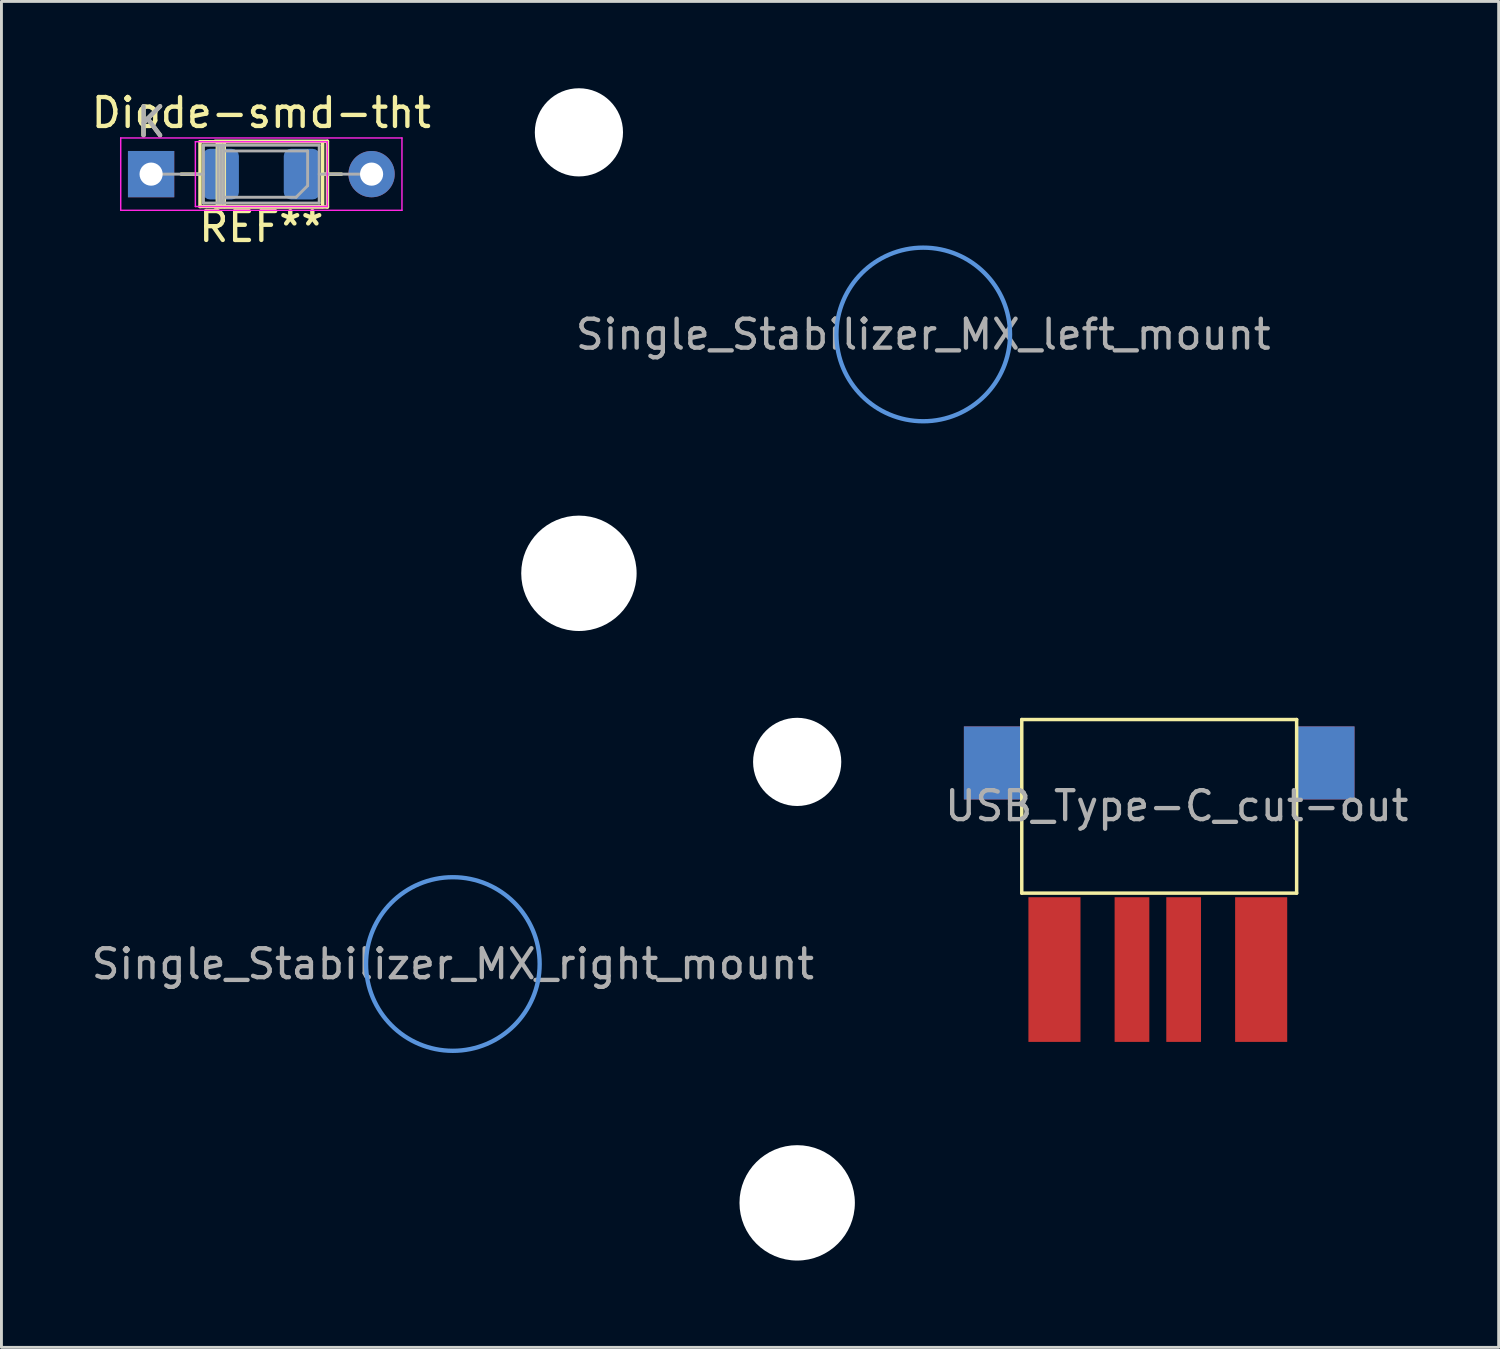
<source format=kicad_pcb>
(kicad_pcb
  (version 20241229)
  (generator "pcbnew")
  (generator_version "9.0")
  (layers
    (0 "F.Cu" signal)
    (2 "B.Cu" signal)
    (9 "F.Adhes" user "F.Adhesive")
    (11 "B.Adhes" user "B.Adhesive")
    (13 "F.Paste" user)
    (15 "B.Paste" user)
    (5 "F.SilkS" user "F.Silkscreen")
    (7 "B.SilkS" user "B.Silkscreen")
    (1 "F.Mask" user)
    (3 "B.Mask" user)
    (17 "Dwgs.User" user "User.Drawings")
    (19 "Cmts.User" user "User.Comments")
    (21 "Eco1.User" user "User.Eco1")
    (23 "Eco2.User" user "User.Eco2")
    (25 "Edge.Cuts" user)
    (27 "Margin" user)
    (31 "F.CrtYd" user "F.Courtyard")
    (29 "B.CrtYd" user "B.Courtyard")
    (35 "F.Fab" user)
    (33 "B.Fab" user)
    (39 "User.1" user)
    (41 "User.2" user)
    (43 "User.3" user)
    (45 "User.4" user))
  (footprint "Single_Stabilizer_MX_right_mount"
    (layer "F.Cu")
    (at 12.601 30.267)
    (property "Reference" "Single_Stabilizer_MX_right_mount" (at 0 0 0) (layer "F.Fab") (effects (font (size 1 1) (thickness 0.15))))
    (attr through_hole)
    (fp_circle (center 0 0) (end 3 0) (stroke (width 0.15) (type solid)) (fill no) (layer "Cmts.User"))
    (pad "" np_thru_hole circle (at 11.9 -6.985) (size 3.048 3.048) (drill 3.048) (layers "*.Cu" "*.Mask"))
    (pad "" np_thru_hole circle (at 11.9 8.255) (size 3.988 3.988) (drill 3.988) (layers "*.Cu" "*.Mask")))
  (footprint "USB_Type-C_cut-out"
    (layer "F.Cu")
    (at 36.965 24.804)
    (property "Reference" "USB_Type-C_cut-out" (at 0.655 0 0) (layer "F.Fab") (effects (font (size 1 1) (thickness 0.15))))
    (attr through_hole)
    (fp_line (start -4.702 -2.986) (end 4.798 -2.986) (stroke (width 0.12) (type solid)) (layer "F.SilkS"))
    (fp_line (start -4.702 3.014) (end -4.702 -2.986) (stroke (width 0.12) (type solid)) (layer "F.SilkS"))
    (fp_line (start 4.798 -2.986) (end 4.798 3.014) (stroke (width 0.12) (type solid)) (layer "F.SilkS"))
    (fp_line (start 4.798 3.014) (end -4.702 3.014) (stroke (width 0.12) (type solid)) (layer "F.SilkS"))
    (pad "" smd rect (at -5.702 -1.486) (size 2 2.524) (layers "F.Cu" "F.Mask" "F.Paste"))
    (pad "" smd rect (at -5.702 -1.486) (size 2 2.524) (layers "B.Cu" "B.Mask" "B.Paste"))
    (pad "" smd rect (at 5.798 -1.486) (size 2 2.524) (layers "F.Cu" "F.Mask" "F.Paste"))
    (pad "" smd rect (at 5.798 -1.486) (size 2 2.524) (layers "B.Cu" "B.Mask" "B.Paste"))
    (pad "1" smd rect (at -3.572 5.655) (size 1.8 5) (layers "F.Cu" "F.Mask" "F.Paste"))
    (pad "2" smd rect (at -0.893 5.655) (size 1.2 5) (layers "F.Cu" "F.Mask" "F.Paste"))
    (pad "3" smd rect (at 0.893 5.655) (size 1.2 5) (layers "F.Cu" "F.Mask" "F.Paste"))
    (pad "4" smd rect (at 3.572 5.655) (size 1.8 5) (layers "F.Cu" "F.Mask" "F.Paste")))
  (footprint "Single_Stabilizer_MX_left_mount"
    (layer "F.Cu")
    (at 28.858 8.509)
    (property "Reference" "Single_Stabilizer_MX_left_mount" (at 0 0 0) (layer "F.Fab") (effects (font (size 1 1) (thickness 0.15))))
    (attr through_hole)
    (fp_circle (center 0 0) (end 3 0) (stroke (width 0.15) (type solid)) (fill no) (layer "Cmts.User"))
    (pad "" np_thru_hole circle (at -11.9 -6.985) (size 3.048 3.048) (drill 3.048) (layers "*.Cu" "*.Mask"))
    (pad "" np_thru_hole circle (at -11.9 8.255) (size 3.988 3.988) (drill 3.988) (layers "*.Cu" "*.Mask")))
  (footprint "Diode-smd-tht"
    (layer "F.Cu")
    (at 2.172 2.968)
    (property "Reference" "Diode-smd-tht" (at 3.81 -2.12 0) (layer "F.SilkS") (effects (font (size 1 1) (thickness 0.15))))
    (attr through_hole)
    (fp_line (start 1.04 0) (end 1.69 0) (stroke (width 0.12) (type solid)) (layer "F.SilkS"))
    (fp_line (start 1.69 -1.12) (end 1.69 1.12) (stroke (width 0.12) (type solid)) (layer "F.SilkS"))
    (fp_line (start 1.69 1.12) (end 5.93 1.12) (stroke (width 0.12) (type solid)) (layer "F.SilkS"))
    (fp_line (start 2.21 1.135) (end 6.095 1.135) (stroke (width 0.12) (type solid)) (layer "F.SilkS"))
    (fp_line (start 2.29 -1.12) (end 2.29 1.12) (stroke (width 0.12) (type solid)) (layer "F.SilkS"))
    (fp_line (start 2.41 -1.12) (end 2.41 1.12) (stroke (width 0.12) (type solid)) (layer "F.SilkS"))
    (fp_line (start 2.53 -1.12) (end 2.53 1.12) (stroke (width 0.12) (type solid)) (layer "F.SilkS"))
    (fp_line (start 5.93 -1.12) (end 1.69 -1.12) (stroke (width 0.12) (type solid)) (layer "F.SilkS"))
    (fp_line (start 5.93 1.12) (end 5.93 -1.12) (stroke (width 0.12) (type solid)) (layer "F.SilkS"))
    (fp_line (start 6.095 -1.135) (end 2.21 -1.135) (stroke (width 0.12) (type solid)) (layer "F.SilkS"))
    (fp_line (start 6.095 1.135) (end 6.095 -1.135) (stroke (width 0.12) (type solid)) (layer "F.SilkS"))
    (fp_line (start 6.58 0) (end 5.93 0) (stroke (width 0.12) (type solid)) (layer "F.SilkS"))
    (fp_line (start -1.05 -1.25) (end -1.05 1.25) (stroke (width 0.05) (type solid)) (layer "F.CrtYd"))
    (fp_line (start -1.05 1.25) (end 8.67 1.25) (stroke (width 0.05) (type solid)) (layer "F.CrtYd"))
    (fp_line (start 1.53 -1.12) (end 6.09 -1.12) (stroke (width 0.05) (type solid)) (layer "F.CrtYd"))
    (fp_line (start 1.53 1.12) (end 1.53 -1.12) (stroke (width 0.05) (type solid)) (layer "F.CrtYd"))
    (fp_line (start 6.09 -1.12) (end 6.09 1.12) (stroke (width 0.05) (type solid)) (layer "F.CrtYd"))
    (fp_line (start 6.09 1.12) (end 1.53 1.12) (stroke (width 0.05) (type solid)) (layer "F.CrtYd"))
    (fp_line (start 8.67 -1.25) (end -1.05 -1.25) (stroke (width 0.05) (type solid)) (layer "F.CrtYd"))
    (fp_line (start 8.67 1.25) (end 8.67 -1.25) (stroke (width 0.05) (type solid)) (layer "F.CrtYd"))
    (fp_line (start 0 0) (end 1.81 0) (stroke (width 0.1) (type solid)) (layer "F.Fab"))
    (fp_line (start 1.81 -1) (end 1.81 1) (stroke (width 0.1) (type solid)) (layer "F.Fab"))
    (fp_line (start 1.81 1) (end 5.81 1) (stroke (width 0.1) (type solid)) (layer "F.Fab"))
    (fp_line (start 2.31 -1) (end 2.31 1) (stroke (width 0.1) (type solid)) (layer "F.Fab"))
    (fp_line (start 2.41 -1) (end 2.41 1) (stroke (width 0.1) (type solid)) (layer "F.Fab"))
    (fp_line (start 2.51 -1) (end 2.51 1) (stroke (width 0.1) (type solid)) (layer "F.Fab"))
    (fp_line (start 2.54 0.8) (end 5.01 0.8) (stroke (width 0.1) (type solid)) (layer "F.Fab"))
    (fp_line (start 5.01 0.8) (end 5.41 0.4) (stroke (width 0.1) (type solid)) (layer "F.Fab"))
    (fp_line (start 5.41 -0.8) (end 2.54 -0.8) (stroke (width 0.1) (type solid)) (layer "F.Fab"))
    (fp_line (start 5.41 0.4) (end 5.41 -0.8) (stroke (width 0.1) (type solid)) (layer "F.Fab"))
    (fp_line (start 5.81 -1) (end 1.81 -1) (stroke (width 0.1) (type solid)) (layer "F.Fab"))
    (fp_line (start 5.81 1) (end 5.81 -1) (stroke (width 0.1) (type solid)) (layer "F.Fab"))
    (fp_line (start 7.62 0) (end 5.81 0) (stroke (width 0.1) (type solid)) (layer "F.Fab"))
    (fp_text user "REF**" (at 3.81 1.82 180) (layer "F.SilkS") (effects (font (size 1 1) (thickness 0.15))))
    (fp_text user "K" (at 0 -1.8 0) (layer "F.SilkS") (effects (font (size 1 1) (thickness 0.15))))
    (fp_text user "  " (at 3.81 -1.82 180) (layer "F.Fab") (effects (font (size 1 1) (thickness 0.15))))
    (fp_text user "K" (at 0 -1.8 0) (layer "F.Fab") (effects (font (size 1 1) (thickness 0.15))))
    (pad "1" thru_hole rect (at 0 0) (size 1.6 1.6) (drill 0.8) (layers "*.Cu" "*.Mask"))
    (pad "1" smd roundrect (at 2.41 0) (size 1.25 1.75) (layers "B.Cu" "B.Mask" "B.Paste") (roundrect_rratio 0.2))
    (pad "2" smd roundrect (at 5.21 0) (size 1.25 1.75) (layers "B.Cu" "B.Mask" "B.Paste") (roundrect_rratio 0.2))
    (pad "2" thru_hole oval (at 7.62 0) (size 1.6 1.6) (drill 0.8) (layers "*.Cu" "*.Mask")))
  (gr_rect
    (start -3 -3)
    (end 48.745 43.516)
    (stroke (width 0.1) (type default))
    (fill no)
    (layer "Edge.Cuts")))
</source>
